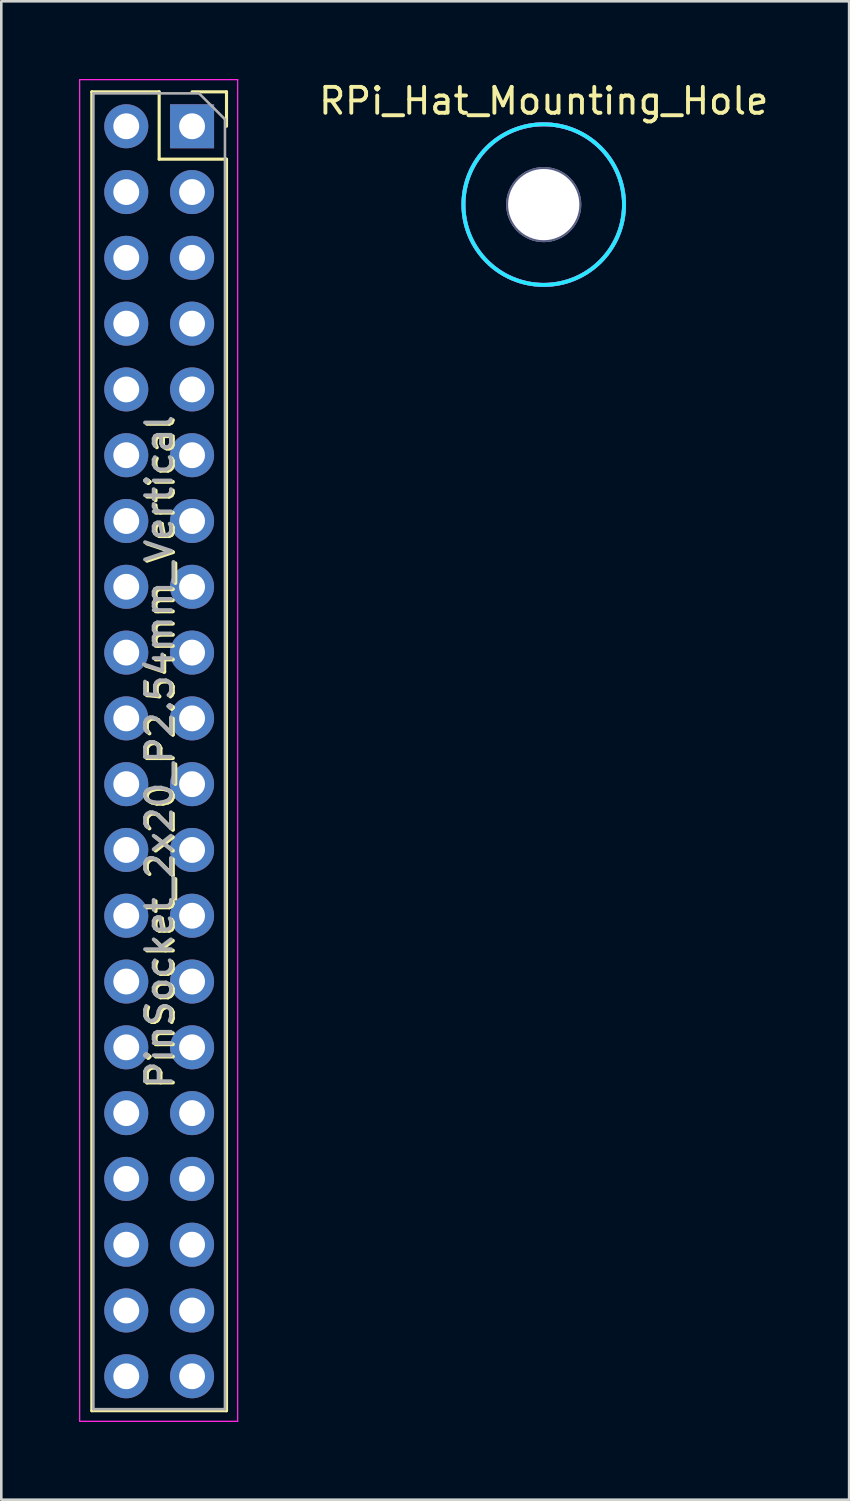
<source format=kicad_pcb>
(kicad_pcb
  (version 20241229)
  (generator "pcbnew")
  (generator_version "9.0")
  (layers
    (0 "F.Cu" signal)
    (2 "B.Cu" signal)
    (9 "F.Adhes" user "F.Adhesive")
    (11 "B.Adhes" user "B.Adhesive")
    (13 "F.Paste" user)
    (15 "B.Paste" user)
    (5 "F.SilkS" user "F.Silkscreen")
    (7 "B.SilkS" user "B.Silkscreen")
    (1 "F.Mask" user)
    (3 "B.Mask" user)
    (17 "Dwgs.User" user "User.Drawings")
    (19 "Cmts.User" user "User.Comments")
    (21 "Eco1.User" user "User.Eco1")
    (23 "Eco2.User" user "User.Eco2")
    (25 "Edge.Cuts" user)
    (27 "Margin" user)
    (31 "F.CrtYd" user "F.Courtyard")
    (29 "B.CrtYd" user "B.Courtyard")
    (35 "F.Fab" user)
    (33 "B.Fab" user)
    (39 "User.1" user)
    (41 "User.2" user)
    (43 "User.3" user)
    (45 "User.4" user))
  (footprint "PinSocket_2x20_P2.54mm_Vertical"
    (layer "F.Cu")
    (at 4.365 1.825)
    (property "Reference" "PinSocket_2x20_P2.54mm_Vertical" (at -1.194 24.181 270) (layer "F.SilkS") (effects (font (size 1 1) (thickness 0.15))))
    (attr through_hole)
    (fp_line (start -3.87 -1.33) (end -3.87 49.59) (stroke (width 0.12) (type solid)) (layer "F.SilkS"))
    (fp_line (start -3.87 -1.33) (end -1.27 -1.33) (stroke (width 0.12) (type solid)) (layer "F.SilkS"))
    (fp_line (start -3.87 49.59) (end 1.33 49.59) (stroke (width 0.12) (type solid)) (layer "F.SilkS"))
    (fp_line (start -1.27 -1.33) (end -1.27 1.27) (stroke (width 0.12) (type solid)) (layer "F.SilkS"))
    (fp_line (start -1.27 1.27) (end 1.33 1.27) (stroke (width 0.12) (type solid)) (layer "F.SilkS"))
    (fp_line (start 0 -1.33) (end 1.33 -1.33) (stroke (width 0.12) (type solid)) (layer "F.SilkS"))
    (fp_line (start 1.33 -1.33) (end 1.33 0) (stroke (width 0.12) (type solid)) (layer "F.SilkS"))
    (fp_line (start 1.33 1.27) (end 1.33 49.59) (stroke (width 0.12) (type solid)) (layer "F.SilkS"))
    (fp_line (start -4.34 -1.8) (end 1.76 -1.8) (stroke (width 0.05) (type solid)) (layer "F.CrtYd"))
    (fp_line (start -4.34 50) (end -4.34 -1.8) (stroke (width 0.05) (type solid)) (layer "F.CrtYd"))
    (fp_line (start 1.76 -1.8) (end 1.76 50) (stroke (width 0.05) (type solid)) (layer "F.CrtYd"))
    (fp_line (start 1.76 50) (end -4.34 50) (stroke (width 0.05) (type solid)) (layer "F.CrtYd"))
    (fp_line (start -3.81 -1.27) (end 0.27 -1.27) (stroke (width 0.1) (type solid)) (layer "F.Fab"))
    (fp_line (start -3.81 49.53) (end -3.81 -1.27) (stroke (width 0.1) (type solid)) (layer "F.Fab"))
    (fp_line (start 0.27 -1.27) (end 1.27 -0.27) (stroke (width 0.1) (type solid)) (layer "F.Fab"))
    (fp_line (start 1.27 -0.27) (end 1.27 49.53) (stroke (width 0.1) (type solid)) (layer "F.Fab"))
    (fp_line (start 1.27 49.53) (end -3.81 49.53) (stroke (width 0.1) (type solid)) (layer "F.Fab"))
    (fp_text user "${REFERENCE}" (at -1.27 24.13 90) (layer "F.Fab") (effects (font (size 1 1) (thickness 0.15))))
    (pad "1" thru_hole rect (at 0 0) (size 1.7 1.7) (drill 1) (layers "*.Cu" "*.Mask"))
    (pad "2" thru_hole oval (at -2.54 0) (size 1.7 1.7) (drill 1) (layers "*.Cu" "*.Mask"))
    (pad "3" thru_hole oval (at 0 2.54) (size 1.7 1.7) (drill 1) (layers "*.Cu" "*.Mask"))
    (pad "4" thru_hole oval (at -2.54 2.54) (size 1.7 1.7) (drill 1) (layers "*.Cu" "*.Mask"))
    (pad "5" thru_hole oval (at 0 5.08) (size 1.7 1.7) (drill 1) (layers "*.Cu" "*.Mask"))
    (pad "6" thru_hole oval (at -2.54 5.08) (size 1.7 1.7) (drill 1) (layers "*.Cu" "*.Mask"))
    (pad "7" thru_hole oval (at 0 7.62) (size 1.7 1.7) (drill 1) (layers "*.Cu" "*.Mask"))
    (pad "8" thru_hole oval (at -2.54 7.62) (size 1.7 1.7) (drill 1) (layers "*.Cu" "*.Mask"))
    (pad "9" thru_hole oval (at 0 10.16) (size 1.7 1.7) (drill 1) (layers "*.Cu" "*.Mask"))
    (pad "10" thru_hole oval (at -2.54 10.16) (size 1.7 1.7) (drill 1) (layers "*.Cu" "*.Mask"))
    (pad "11" thru_hole oval (at 0 12.7) (size 1.7 1.7) (drill 1) (layers "*.Cu" "*.Mask"))
    (pad "12" thru_hole oval (at -2.54 12.7) (size 1.7 1.7) (drill 1) (layers "*.Cu" "*.Mask"))
    (pad "13" thru_hole oval (at 0 15.24) (size 1.7 1.7) (drill 1) (layers "*.Cu" "*.Mask"))
    (pad "14" thru_hole oval (at -2.54 15.24) (size 1.7 1.7) (drill 1) (layers "*.Cu" "*.Mask"))
    (pad "15" thru_hole oval (at 0 17.78) (size 1.7 1.7) (drill 1) (layers "*.Cu" "*.Mask"))
    (pad "16" thru_hole oval (at -2.54 17.78) (size 1.7 1.7) (drill 1) (layers "*.Cu" "*.Mask"))
    (pad "17" thru_hole oval (at 0 20.32) (size 1.7 1.7) (drill 1) (layers "*.Cu" "*.Mask"))
    (pad "18" thru_hole oval (at -2.54 20.32) (size 1.7 1.7) (drill 1) (layers "*.Cu" "*.Mask"))
    (pad "19" thru_hole oval (at 0 22.86) (size 1.7 1.7) (drill 1) (layers "*.Cu" "*.Mask"))
    (pad "20" thru_hole oval (at -2.54 22.86) (size 1.7 1.7) (drill 1) (layers "*.Cu" "*.Mask"))
    (pad "21" thru_hole oval (at 0 25.4) (size 1.7 1.7) (drill 1) (layers "*.Cu" "*.Mask"))
    (pad "22" thru_hole oval (at -2.54 25.4) (size 1.7 1.7) (drill 1) (layers "*.Cu" "*.Mask"))
    (pad "23" thru_hole oval (at 0 27.94) (size 1.7 1.7) (drill 1) (layers "*.Cu" "*.Mask"))
    (pad "24" thru_hole oval (at -2.54 27.94) (size 1.7 1.7) (drill 1) (layers "*.Cu" "*.Mask"))
    (pad "25" thru_hole oval (at 0 30.48) (size 1.7 1.7) (drill 1) (layers "*.Cu" "*.Mask"))
    (pad "26" thru_hole oval (at -2.54 30.48) (size 1.7 1.7) (drill 1) (layers "*.Cu" "*.Mask"))
    (pad "27" thru_hole oval (at 0 33.02) (size 1.7 1.7) (drill 1) (layers "*.Cu" "*.Mask"))
    (pad "28" thru_hole oval (at -2.54 33.02) (size 1.7 1.7) (drill 1) (layers "*.Cu" "*.Mask"))
    (pad "29" thru_hole oval (at 0 35.56) (size 1.7 1.7) (drill 1) (layers "*.Cu" "*.Mask"))
    (pad "30" thru_hole oval (at -2.54 35.56) (size 1.7 1.7) (drill 1) (layers "*.Cu" "*.Mask"))
    (pad "31" thru_hole oval (at 0 38.1) (size 1.7 1.7) (drill 1) (layers "*.Cu" "*.Mask"))
    (pad "32" thru_hole oval (at -2.54 38.1) (size 1.7 1.7) (drill 1) (layers "*.Cu" "*.Mask"))
    (pad "33" thru_hole oval (at 0 40.64) (size 1.7 1.7) (drill 1) (layers "*.Cu" "*.Mask"))
    (pad "34" thru_hole oval (at -2.54 40.64) (size 1.7 1.7) (drill 1) (layers "*.Cu" "*.Mask"))
    (pad "35" thru_hole oval (at 0 43.18) (size 1.7 1.7) (drill 1) (layers "*.Cu" "*.Mask"))
    (pad "36" thru_hole oval (at -2.54 43.18) (size 1.7 1.7) (drill 1) (layers "*.Cu" "*.Mask"))
    (pad "37" thru_hole oval (at 0 45.72) (size 1.7 1.7) (drill 1) (layers "*.Cu" "*.Mask"))
    (pad "38" thru_hole oval (at -2.54 45.72) (size 1.7 1.7) (drill 1) (layers "*.Cu" "*.Mask"))
    (pad "39" thru_hole oval (at 0 48.26) (size 1.7 1.7) (drill 1) (layers "*.Cu" "*.Mask"))
    (pad "40" thru_hole oval (at -2.54 48.26) (size 1.7 1.7) (drill 1) (layers "*.Cu" "*.Mask")))
  (footprint "RPi_Hat_Mounting_Hole"
    (layer "F.Cu")
    (at 17.942 4.849)
    (property "Reference" "RPi_Hat_Mounting_Hole" (at 0 -4 0) (layer "F.SilkS") (effects (font (size 1 1) (thickness 0.15))))
    (attr through_hole)
    (fp_circle (center 0 0) (end 3.1 0) (stroke (width 0.15) (type solid)) (fill no) (layer "B.CrtYd"))
    (fp_circle (center 0 0) (end 3.1 0) (stroke (width 0.15) (type solid)) (fill no) (layer "F.CrtYd"))
    (fp_circle (center 0 0) (end 1.375 0) (stroke (width 0.15) (type solid)) (fill no) (layer "B.Fab"))
    (fp_circle (center 0 0) (end 3.1 0) (stroke (width 0.15) (type solid)) (fill no) (layer "B.Fab"))
    (fp_circle (center 0 0) (end 1.375 0) (stroke (width 0.15) (type solid)) (fill no) (layer "F.Fab"))
    (fp_circle (center 0 0) (end 3.1 0) (stroke (width 0.15) (type solid)) (fill no) (layer "F.Fab"))
    (pad "" np_thru_hole circle (at 0 0) (size 2.75 2.75) (drill 2.75) (layers "*.Cu" "*.Mask")))
  (gr_rect
    (start -3 -3)
    (end 29.733 54.85)
    (stroke (width 0.1) (type default))
    (fill no)
    (layer "Edge.Cuts")))
</source>
